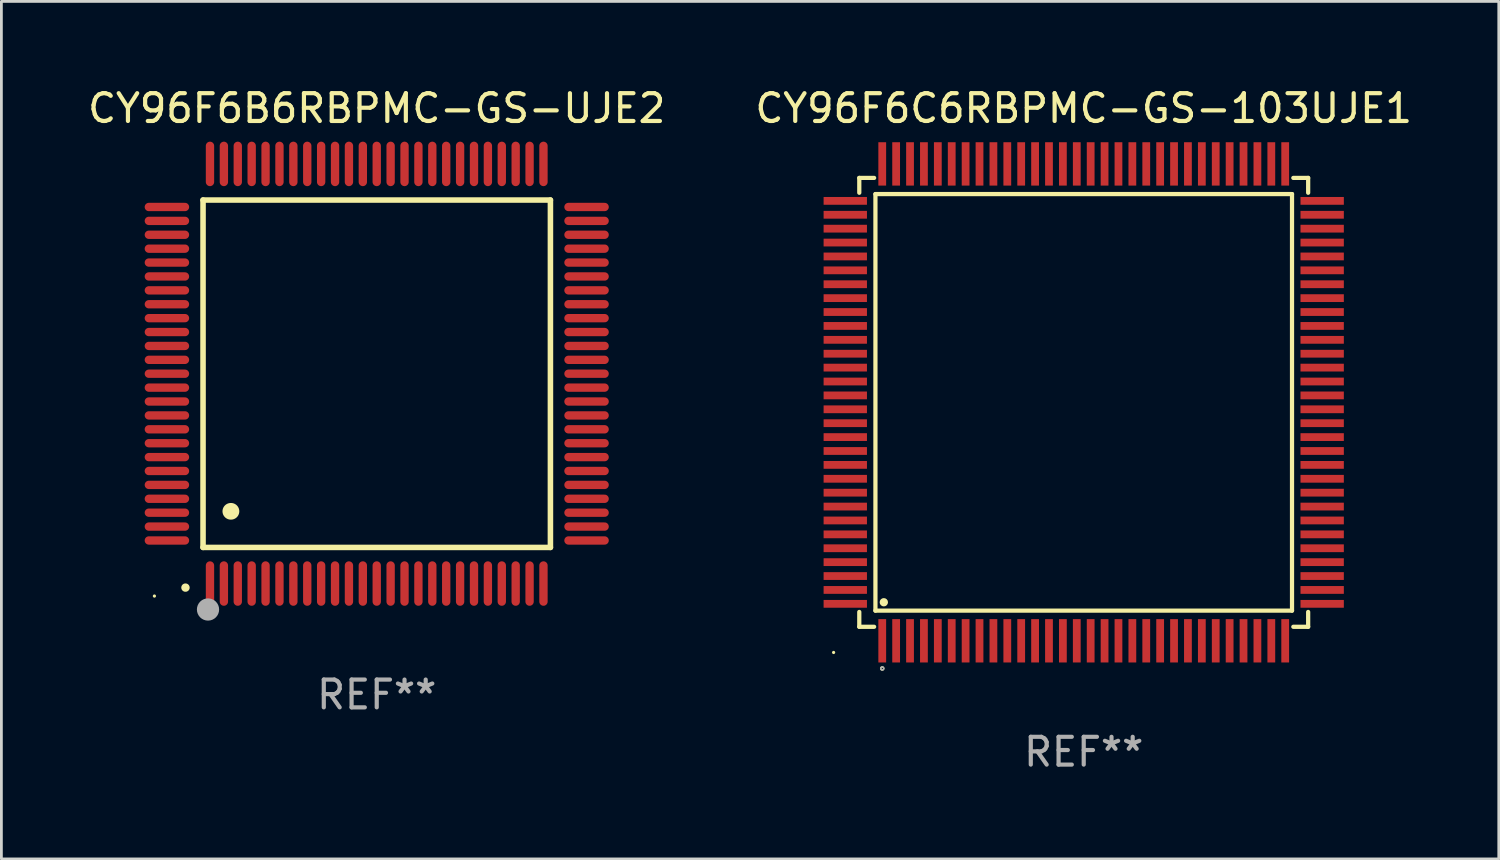
<source format=kicad_pcb>
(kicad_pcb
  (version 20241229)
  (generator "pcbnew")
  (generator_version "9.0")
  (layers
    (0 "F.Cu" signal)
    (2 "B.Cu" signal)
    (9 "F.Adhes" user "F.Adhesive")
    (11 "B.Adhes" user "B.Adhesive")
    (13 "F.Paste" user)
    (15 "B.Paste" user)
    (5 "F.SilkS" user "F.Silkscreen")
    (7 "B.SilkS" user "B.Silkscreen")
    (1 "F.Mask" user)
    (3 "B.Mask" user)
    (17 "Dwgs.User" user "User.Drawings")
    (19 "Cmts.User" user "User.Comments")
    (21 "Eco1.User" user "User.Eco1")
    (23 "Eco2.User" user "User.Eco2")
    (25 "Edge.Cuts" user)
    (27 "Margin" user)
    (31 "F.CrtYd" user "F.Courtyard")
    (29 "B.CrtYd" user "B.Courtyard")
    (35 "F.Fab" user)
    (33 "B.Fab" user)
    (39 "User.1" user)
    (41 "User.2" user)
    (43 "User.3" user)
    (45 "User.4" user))
  (footprint "CY96F6C6RBPMC-GS-103UJE1"
    (layer "F.Cu")
    (at 35.946 11.428)
    (property "Reference" "CY96F6C6RBPMC-GS-103UJE1" (at 0 -10.58 0) (layer "F.SilkS") (effects (font (size 1 1) (thickness 0.15))))
    (attr through_hole)
    (fp_line (start -8.076 -8.076) (end -8.076 -7.542) (stroke (width 0.152) (type solid)) (layer "F.SilkS"))
    (fp_line (start -8.076 8.076) (end -8.076 7.542) (stroke (width 0.152) (type solid)) (layer "F.SilkS"))
    (fp_line (start -7.542 -8.076) (end -8.076 -8.076) (stroke (width 0.152) (type solid)) (layer "F.SilkS"))
    (fp_line (start -7.542 8.076) (end -8.076 8.076) (stroke (width 0.152) (type solid)) (layer "F.SilkS"))
    (fp_line (start -7.495 -7.495) (end 7.495 -7.495) (stroke (width 0.152) (type solid)) (layer "F.SilkS"))
    (fp_line (start -7.495 7.495) (end -7.495 -7.495) (stroke (width 0.152) (type solid)) (layer "F.SilkS"))
    (fp_line (start 7.495 -7.495) (end 7.495 7.495) (stroke (width 0.152) (type solid)) (layer "F.SilkS"))
    (fp_line (start 7.495 7.495) (end -7.495 7.495) (stroke (width 0.152) (type solid)) (layer "F.SilkS"))
    (fp_line (start 7.542 -8.076) (end 8.076 -8.076) (stroke (width 0.152) (type solid)) (layer "F.SilkS"))
    (fp_line (start 7.542 8.076) (end 8.076 8.076) (stroke (width 0.152) (type solid)) (layer "F.SilkS"))
    (fp_line (start 8.076 -8.076) (end 8.076 -7.542) (stroke (width 0.152) (type solid)) (layer "F.SilkS"))
    (fp_line (start 8.076 8.076) (end 8.076 7.542) (stroke (width 0.152) (type solid)) (layer "F.SilkS"))
    (fp_circle (center -9 9) (end -8.97 9) (stroke (width 0.06) (type solid)) (fill no) (layer "F.SilkS"))
    (fp_circle (center -7.25 9.576) (end -7.223 9.576) (stroke (width 0.055) (type solid)) (fill no) (layer "F.SilkS"))
    (fp_circle (center -7.193 7.193) (end -7.118 7.193) (stroke (width 0.15) (type solid)) (fill no) (layer "F.SilkS"))
    (fp_circle (center -7.25 9.576) (end -7.223 9.576) (stroke (width 0.055) (type solid)) (fill no) (layer "F.Fab"))
    (fp_text user "REF**" (at 0 12.58 0) (layer "F.Fab") (effects (font (size 1 1) (thickness 0.15))))
    (pad "1" smd rect (at -7.25 8.58) (size 0.28 1.56) (layers "F.Cu" "F.Mask" "F.Paste"))
    (pad "2" smd rect (at -6.75 8.58) (size 0.28 1.56) (layers "F.Cu" "F.Mask" "F.Paste"))
    (pad "3" smd rect (at -6.25 8.58) (size 0.28 1.56) (layers "F.Cu" "F.Mask" "F.Paste"))
    (pad "4" smd rect (at -5.75 8.58) (size 0.28 1.56) (layers "F.Cu" "F.Mask" "F.Paste"))
    (pad "5" smd rect (at -5.25 8.58) (size 0.28 1.56) (layers "F.Cu" "F.Mask" "F.Paste"))
    (pad "6" smd rect (at -4.75 8.58) (size 0.28 1.56) (layers "F.Cu" "F.Mask" "F.Paste"))
    (pad "7" smd rect (at -4.25 8.58) (size 0.28 1.56) (layers "F.Cu" "F.Mask" "F.Paste"))
    (pad "8" smd rect (at -3.75 8.58) (size 0.28 1.56) (layers "F.Cu" "F.Mask" "F.Paste"))
    (pad "9" smd rect (at -3.25 8.58) (size 0.28 1.56) (layers "F.Cu" "F.Mask" "F.Paste"))
    (pad "10" smd rect (at -2.75 8.58) (size 0.28 1.56) (layers "F.Cu" "F.Mask" "F.Paste"))
    (pad "11" smd rect (at -2.25 8.58) (size 0.28 1.56) (layers "F.Cu" "F.Mask" "F.Paste"))
    (pad "12" smd rect (at -1.75 8.58) (size 0.28 1.56) (layers "F.Cu" "F.Mask" "F.Paste"))
    (pad "13" smd rect (at -1.25 8.58) (size 0.28 1.56) (layers "F.Cu" "F.Mask" "F.Paste"))
    (pad "14" smd rect (at -0.75 8.58) (size 0.28 1.56) (layers "F.Cu" "F.Mask" "F.Paste"))
    (pad "15" smd rect (at -0.25 8.58) (size 0.28 1.56) (layers "F.Cu" "F.Mask" "F.Paste"))
    (pad "16" smd rect (at 0.25 8.58) (size 0.28 1.56) (layers "F.Cu" "F.Mask" "F.Paste"))
    (pad "17" smd rect (at 0.75 8.58) (size 0.28 1.56) (layers "F.Cu" "F.Mask" "F.Paste"))
    (pad "18" smd rect (at 1.25 8.58) (size 0.28 1.56) (layers "F.Cu" "F.Mask" "F.Paste"))
    (pad "19" smd rect (at 1.75 8.58) (size 0.28 1.56) (layers "F.Cu" "F.Mask" "F.Paste"))
    (pad "20" smd rect (at 2.25 8.58) (size 0.28 1.56) (layers "F.Cu" "F.Mask" "F.Paste"))
    (pad "21" smd rect (at 2.75 8.58) (size 0.28 1.56) (layers "F.Cu" "F.Mask" "F.Paste"))
    (pad "22" smd rect (at 3.25 8.58) (size 0.28 1.56) (layers "F.Cu" "F.Mask" "F.Paste"))
    (pad "23" smd rect (at 3.75 8.58) (size 0.28 1.56) (layers "F.Cu" "F.Mask" "F.Paste"))
    (pad "24" smd rect (at 4.25 8.58) (size 0.28 1.56) (layers "F.Cu" "F.Mask" "F.Paste"))
    (pad "25" smd rect (at 4.75 8.58) (size 0.28 1.56) (layers "F.Cu" "F.Mask" "F.Paste"))
    (pad "26" smd rect (at 5.25 8.58) (size 0.28 1.56) (layers "F.Cu" "F.Mask" "F.Paste"))
    (pad "27" smd rect (at 5.75 8.58) (size 0.28 1.56) (layers "F.Cu" "F.Mask" "F.Paste"))
    (pad "28" smd rect (at 6.25 8.58) (size 0.28 1.56) (layers "F.Cu" "F.Mask" "F.Paste"))
    (pad "29" smd rect (at 6.75 8.58) (size 0.28 1.56) (layers "F.Cu" "F.Mask" "F.Paste"))
    (pad "30" smd rect (at 7.25 8.58) (size 0.28 1.56) (layers "F.Cu" "F.Mask" "F.Paste"))
    (pad "31" smd rect (at 8.58 7.25) (size 1.56 0.28) (layers "F.Cu" "F.Mask" "F.Paste"))
    (pad "32" smd rect (at 8.58 6.75) (size 1.56 0.28) (layers "F.Cu" "F.Mask" "F.Paste"))
    (pad "33" smd rect (at 8.58 6.25) (size 1.56 0.28) (layers "F.Cu" "F.Mask" "F.Paste"))
    (pad "34" smd rect (at 8.58 5.75) (size 1.56 0.28) (layers "F.Cu" "F.Mask" "F.Paste"))
    (pad "35" smd rect (at 8.58 5.25) (size 1.56 0.28) (layers "F.Cu" "F.Mask" "F.Paste"))
    (pad "36" smd rect (at 8.58 4.75) (size 1.56 0.28) (layers "F.Cu" "F.Mask" "F.Paste"))
    (pad "37" smd rect (at 8.58 4.25) (size 1.56 0.28) (layers "F.Cu" "F.Mask" "F.Paste"))
    (pad "38" smd rect (at 8.58 3.75) (size 1.56 0.28) (layers "F.Cu" "F.Mask" "F.Paste"))
    (pad "39" smd rect (at 8.58 3.25) (size 1.56 0.28) (layers "F.Cu" "F.Mask" "F.Paste"))
    (pad "40" smd rect (at 8.58 2.75) (size 1.56 0.28) (layers "F.Cu" "F.Mask" "F.Paste"))
    (pad "41" smd rect (at 8.58 2.25) (size 1.56 0.28) (layers "F.Cu" "F.Mask" "F.Paste"))
    (pad "42" smd rect (at 8.58 1.75) (size 1.56 0.28) (layers "F.Cu" "F.Mask" "F.Paste"))
    (pad "43" smd rect (at 8.58 1.25) (size 1.56 0.28) (layers "F.Cu" "F.Mask" "F.Paste"))
    (pad "44" smd rect (at 8.58 0.75) (size 1.56 0.28) (layers "F.Cu" "F.Mask" "F.Paste"))
    (pad "45" smd rect (at 8.58 0.25) (size 1.56 0.28) (layers "F.Cu" "F.Mask" "F.Paste"))
    (pad "46" smd rect (at 8.58 -0.25) (size 1.56 0.28) (layers "F.Cu" "F.Mask" "F.Paste"))
    (pad "47" smd rect (at 8.58 -0.75) (size 1.56 0.28) (layers "F.Cu" "F.Mask" "F.Paste"))
    (pad "48" smd rect (at 8.58 -1.25) (size 1.56 0.28) (layers "F.Cu" "F.Mask" "F.Paste"))
    (pad "49" smd rect (at 8.58 -1.75) (size 1.56 0.28) (layers "F.Cu" "F.Mask" "F.Paste"))
    (pad "50" smd rect (at 8.58 -2.25) (size 1.56 0.28) (layers "F.Cu" "F.Mask" "F.Paste"))
    (pad "51" smd rect (at 8.58 -2.75) (size 1.56 0.28) (layers "F.Cu" "F.Mask" "F.Paste"))
    (pad "52" smd rect (at 8.58 -3.25) (size 1.56 0.28) (layers "F.Cu" "F.Mask" "F.Paste"))
    (pad "53" smd rect (at 8.58 -3.75) (size 1.56 0.28) (layers "F.Cu" "F.Mask" "F.Paste"))
    (pad "54" smd rect (at 8.58 -4.25) (size 1.56 0.28) (layers "F.Cu" "F.Mask" "F.Paste"))
    (pad "55" smd rect (at 8.58 -4.75) (size 1.56 0.28) (layers "F.Cu" "F.Mask" "F.Paste"))
    (pad "56" smd rect (at 8.58 -5.25) (size 1.56 0.28) (layers "F.Cu" "F.Mask" "F.Paste"))
    (pad "57" smd rect (at 8.58 -5.75) (size 1.56 0.28) (layers "F.Cu" "F.Mask" "F.Paste"))
    (pad "58" smd rect (at 8.58 -6.25) (size 1.56 0.28) (layers "F.Cu" "F.Mask" "F.Paste"))
    (pad "59" smd rect (at 8.58 -6.75) (size 1.56 0.28) (layers "F.Cu" "F.Mask" "F.Paste"))
    (pad "60" smd rect (at 8.58 -7.25) (size 1.56 0.28) (layers "F.Cu" "F.Mask" "F.Paste"))
    (pad "61" smd rect (at 7.25 -8.58) (size 0.28 1.56) (layers "F.Cu" "F.Mask" "F.Paste"))
    (pad "62" smd rect (at 6.75 -8.58) (size 0.28 1.56) (layers "F.Cu" "F.Mask" "F.Paste"))
    (pad "63" smd rect (at 6.25 -8.58) (size 0.28 1.56) (layers "F.Cu" "F.Mask" "F.Paste"))
    (pad "64" smd rect (at 5.75 -8.58) (size 0.28 1.56) (layers "F.Cu" "F.Mask" "F.Paste"))
    (pad "65" smd rect (at 5.25 -8.58) (size 0.28 1.56) (layers "F.Cu" "F.Mask" "F.Paste"))
    (pad "66" smd rect (at 4.75 -8.58) (size 0.28 1.56) (layers "F.Cu" "F.Mask" "F.Paste"))
    (pad "67" smd rect (at 4.25 -8.58) (size 0.28 1.56) (layers "F.Cu" "F.Mask" "F.Paste"))
    (pad "68" smd rect (at 3.75 -8.58) (size 0.28 1.56) (layers "F.Cu" "F.Mask" "F.Paste"))
    (pad "69" smd rect (at 3.25 -8.58) (size 0.28 1.56) (layers "F.Cu" "F.Mask" "F.Paste"))
    (pad "70" smd rect (at 2.75 -8.58) (size 0.28 1.56) (layers "F.Cu" "F.Mask" "F.Paste"))
    (pad "71" smd rect (at 2.25 -8.58) (size 0.28 1.56) (layers "F.Cu" "F.Mask" "F.Paste"))
    (pad "72" smd rect (at 1.75 -8.58) (size 0.28 1.56) (layers "F.Cu" "F.Mask" "F.Paste"))
    (pad "73" smd rect (at 1.25 -8.58) (size 0.28 1.56) (layers "F.Cu" "F.Mask" "F.Paste"))
    (pad "74" smd rect (at 0.75 -8.58) (size 0.28 1.56) (layers "F.Cu" "F.Mask" "F.Paste"))
    (pad "75" smd rect (at 0.25 -8.58) (size 0.28 1.56) (layers "F.Cu" "F.Mask" "F.Paste"))
    (pad "76" smd rect (at -0.25 -8.58) (size 0.28 1.56) (layers "F.Cu" "F.Mask" "F.Paste"))
    (pad "77" smd rect (at -0.75 -8.58) (size 0.28 1.56) (layers "F.Cu" "F.Mask" "F.Paste"))
    (pad "78" smd rect (at -1.25 -8.58) (size 0.28 1.56) (layers "F.Cu" "F.Mask" "F.Paste"))
    (pad "79" smd rect (at -1.75 -8.58) (size 0.28 1.56) (layers "F.Cu" "F.Mask" "F.Paste"))
    (pad "80" smd rect (at -2.25 -8.58) (size 0.28 1.56) (layers "F.Cu" "F.Mask" "F.Paste"))
    (pad "81" smd rect (at -2.75 -8.58) (size 0.28 1.56) (layers "F.Cu" "F.Mask" "F.Paste"))
    (pad "82" smd rect (at -3.25 -8.58) (size 0.28 1.56) (layers "F.Cu" "F.Mask" "F.Paste"))
    (pad "83" smd rect (at -3.75 -8.58) (size 0.28 1.56) (layers "F.Cu" "F.Mask" "F.Paste"))
    (pad "84" smd rect (at -4.25 -8.58) (size 0.28 1.56) (layers "F.Cu" "F.Mask" "F.Paste"))
    (pad "85" smd rect (at -4.75 -8.58) (size 0.28 1.56) (layers "F.Cu" "F.Mask" "F.Paste"))
    (pad "86" smd rect (at -5.25 -8.58) (size 0.28 1.56) (layers "F.Cu" "F.Mask" "F.Paste"))
    (pad "87" smd rect (at -5.75 -8.58) (size 0.28 1.56) (layers "F.Cu" "F.Mask" "F.Paste"))
    (pad "88" smd rect (at -6.25 -8.58) (size 0.28 1.56) (layers "F.Cu" "F.Mask" "F.Paste"))
    (pad "89" smd rect (at -6.75 -8.58) (size 0.28 1.56) (layers "F.Cu" "F.Mask" "F.Paste"))
    (pad "90" smd rect (at -7.25 -8.58) (size 0.28 1.56) (layers "F.Cu" "F.Mask" "F.Paste"))
    (pad "91" smd rect (at -8.58 -7.25) (size 1.56 0.28) (layers "F.Cu" "F.Mask" "F.Paste"))
    (pad "92" smd rect (at -8.58 -6.75) (size 1.56 0.28) (layers "F.Cu" "F.Mask" "F.Paste"))
    (pad "93" smd rect (at -8.58 -6.25) (size 1.56 0.28) (layers "F.Cu" "F.Mask" "F.Paste"))
    (pad "94" smd rect (at -8.58 -5.75) (size 1.56 0.28) (layers "F.Cu" "F.Mask" "F.Paste"))
    (pad "95" smd rect (at -8.58 -5.25) (size 1.56 0.28) (layers "F.Cu" "F.Mask" "F.Paste"))
    (pad "96" smd rect (at -8.58 -4.75) (size 1.56 0.28) (layers "F.Cu" "F.Mask" "F.Paste"))
    (pad "97" smd rect (at -8.58 -4.25) (size 1.56 0.28) (layers "F.Cu" "F.Mask" "F.Paste"))
    (pad "98" smd rect (at -8.58 -3.75) (size 1.56 0.28) (layers "F.Cu" "F.Mask" "F.Paste"))
    (pad "99" smd rect (at -8.58 -3.25) (size 1.56 0.28) (layers "F.Cu" "F.Mask" "F.Paste"))
    (pad "100" smd rect (at -8.58 -2.75) (size 1.56 0.28) (layers "F.Cu" "F.Mask" "F.Paste"))
    (pad "101" smd rect (at -8.58 -2.25) (size 1.56 0.28) (layers "F.Cu" "F.Mask" "F.Paste"))
    (pad "102" smd rect (at -8.58 -1.75) (size 1.56 0.28) (layers "F.Cu" "F.Mask" "F.Paste"))
    (pad "103" smd rect (at -8.58 -1.25) (size 1.56 0.28) (layers "F.Cu" "F.Mask" "F.Paste"))
    (pad "104" smd rect (at -8.58 -0.75) (size 1.56 0.28) (layers "F.Cu" "F.Mask" "F.Paste"))
    (pad "105" smd rect (at -8.58 -0.25) (size 1.56 0.28) (layers "F.Cu" "F.Mask" "F.Paste"))
    (pad "106" smd rect (at -8.58 0.25) (size 1.56 0.28) (layers "F.Cu" "F.Mask" "F.Paste"))
    (pad "107" smd rect (at -8.58 0.75) (size 1.56 0.28) (layers "F.Cu" "F.Mask" "F.Paste"))
    (pad "108" smd rect (at -8.58 1.25) (size 1.56 0.28) (layers "F.Cu" "F.Mask" "F.Paste"))
    (pad "109" smd rect (at -8.58 1.75) (size 1.56 0.28) (layers "F.Cu" "F.Mask" "F.Paste"))
    (pad "110" smd rect (at -8.58 2.25) (size 1.56 0.28) (layers "F.Cu" "F.Mask" "F.Paste"))
    (pad "111" smd rect (at -8.58 2.75) (size 1.56 0.28) (layers "F.Cu" "F.Mask" "F.Paste"))
    (pad "112" smd rect (at -8.58 3.25) (size 1.56 0.28) (layers "F.Cu" "F.Mask" "F.Paste"))
    (pad "113" smd rect (at -8.58 3.75) (size 1.56 0.28) (layers "F.Cu" "F.Mask" "F.Paste"))
    (pad "114" smd rect (at -8.58 4.25) (size 1.56 0.28) (layers "F.Cu" "F.Mask" "F.Paste"))
    (pad "115" smd rect (at -8.58 4.75) (size 1.56 0.28) (layers "F.Cu" "F.Mask" "F.Paste"))
    (pad "116" smd rect (at -8.58 5.25) (size 1.56 0.28) (layers "F.Cu" "F.Mask" "F.Paste"))
    (pad "117" smd rect (at -8.58 5.75) (size 1.56 0.28) (layers "F.Cu" "F.Mask" "F.Paste"))
    (pad "118" smd rect (at -8.58 6.25) (size 1.56 0.28) (layers "F.Cu" "F.Mask" "F.Paste"))
    (pad "119" smd rect (at -8.58 6.75) (size 1.56 0.28) (layers "F.Cu" "F.Mask" "F.Paste"))
    (pad "120" smd rect (at -8.58 7.25) (size 1.56 0.28) (layers "F.Cu" "F.Mask" "F.Paste")))
  (footprint "CY96F6B6RBPMC-GS-UJE2"
    (layer "F.Cu")
    (at 10.506 10.398)
    (property "Reference" "CY96F6B6RBPMC-GS-UJE2" (at 0 -9.55 0) (layer "F.SilkS") (effects (font (size 1 1) (thickness 0.15))))
    (attr through_hole)
    (fp_line (start -6.25 -6.25) (end -6.25 6.25) (stroke (width 0.2) (type solid)) (layer "F.SilkS"))
    (fp_line (start -6.25 6.25) (end 6.25 6.25) (stroke (width 0.2) (type solid)) (layer "F.SilkS"))
    (fp_line (start 6.25 -6.25) (end -6.25 -6.25) (stroke (width 0.2) (type solid)) (layer "F.SilkS"))
    (fp_line (start 6.25 6.25) (end 6.25 -6.25) (stroke (width 0.2) (type solid)) (layer "F.SilkS"))
    (fp_arc (start -6.883414 7.696215) (mid -6.882144 7.69621) (end -6.880874 7.696215) (stroke (width 0.3) (type solid)) (layer "F.SilkS"))
    (fp_arc (start -5.250191 4.95047) (mid -5.247651 4.950459) (end -5.245111 4.95047) (stroke (width 0.6) (type solid)) (layer "F.SilkS"))
    (fp_circle (center -8 8) (end -7.97 8) (stroke (width 0.06) (type solid)) (fill no) (layer "F.SilkS"))
    (fp_circle (center -6.071 8.484) (end -5.871 8.484) (stroke (width 0.4) (type solid)) (fill no) (layer "F.Fab"))
    (fp_text user "REF**" (at 0 11.55 0) (layer "F.Fab") (effects (font (size 1 1) (thickness 0.15))))
    (pad "1" smd oval (at -6 7.55) (size 0.3 1.6) (layers "F.Cu" "F.Mask" "F.Paste"))
    (pad "2" smd oval (at -5.5 7.55) (size 0.3 1.6) (layers "F.Cu" "F.Mask" "F.Paste"))
    (pad "3" smd oval (at -5 7.55) (size 0.3 1.6) (layers "F.Cu" "F.Mask" "F.Paste"))
    (pad "4" smd oval (at -4.5 7.55) (size 0.3 1.6) (layers "F.Cu" "F.Mask" "F.Paste"))
    (pad "5" smd oval (at -4 7.55) (size 0.3 1.6) (layers "F.Cu" "F.Mask" "F.Paste"))
    (pad "6" smd oval (at -3.5 7.55) (size 0.3 1.6) (layers "F.Cu" "F.Mask" "F.Paste"))
    (pad "7" smd oval (at -3 7.55) (size 0.3 1.6) (layers "F.Cu" "F.Mask" "F.Paste"))
    (pad "8" smd oval (at -2.5 7.55) (size 0.3 1.6) (layers "F.Cu" "F.Mask" "F.Paste"))
    (pad "9" smd oval (at -2 7.55) (size 0.3 1.6) (layers "F.Cu" "F.Mask" "F.Paste"))
    (pad "10" smd oval (at -1.5 7.55) (size 0.3 1.6) (layers "F.Cu" "F.Mask" "F.Paste"))
    (pad "11" smd oval (at -1 7.55) (size 0.3 1.6) (layers "F.Cu" "F.Mask" "F.Paste"))
    (pad "12" smd oval (at -0.5 7.55) (size 0.3 1.6) (layers "F.Cu" "F.Mask" "F.Paste"))
    (pad "13" smd oval (at 0 7.55) (size 0.3 1.6) (layers "F.Cu" "F.Mask" "F.Paste"))
    (pad "14" smd oval (at 0.5 7.55) (size 0.3 1.6) (layers "F.Cu" "F.Mask" "F.Paste"))
    (pad "15" smd oval (at 1 7.55) (size 0.3 1.6) (layers "F.Cu" "F.Mask" "F.Paste"))
    (pad "16" smd oval (at 1.5 7.55) (size 0.3 1.6) (layers "F.Cu" "F.Mask" "F.Paste"))
    (pad "17" smd oval (at 2 7.55) (size 0.3 1.6) (layers "F.Cu" "F.Mask" "F.Paste"))
    (pad "18" smd oval (at 2.5 7.55) (size 0.3 1.6) (layers "F.Cu" "F.Mask" "F.Paste"))
    (pad "19" smd oval (at 3 7.55) (size 0.3 1.6) (layers "F.Cu" "F.Mask" "F.Paste"))
    (pad "20" smd oval (at 3.5 7.55) (size 0.3 1.6) (layers "F.Cu" "F.Mask" "F.Paste"))
    (pad "21" smd oval (at 4 7.55) (size 0.3 1.6) (layers "F.Cu" "F.Mask" "F.Paste"))
    (pad "22" smd oval (at 4.5 7.55) (size 0.3 1.6) (layers "F.Cu" "F.Mask" "F.Paste"))
    (pad "23" smd oval (at 5 7.55) (size 0.3 1.6) (layers "F.Cu" "F.Mask" "F.Paste"))
    (pad "24" smd oval (at 5.5 7.55) (size 0.3 1.6) (layers "F.Cu" "F.Mask" "F.Paste"))
    (pad "25" smd oval (at 6 7.55) (size 0.3 1.6) (layers "F.Cu" "F.Mask" "F.Paste"))
    (pad "26" smd oval (at 7.55 6) (size 1.6 0.3) (layers "F.Cu" "F.Mask" "F.Paste"))
    (pad "27" smd oval (at 7.55 5.5) (size 1.6 0.3) (layers "F.Cu" "F.Mask" "F.Paste"))
    (pad "28" smd oval (at 7.55 5) (size 1.6 0.3) (layers "F.Cu" "F.Mask" "F.Paste"))
    (pad "29" smd oval (at 7.55 4.5) (size 1.6 0.3) (layers "F.Cu" "F.Mask" "F.Paste"))
    (pad "30" smd oval (at 7.55 4) (size 1.6 0.3) (layers "F.Cu" "F.Mask" "F.Paste"))
    (pad "31" smd oval (at 7.55 3.5) (size 1.6 0.3) (layers "F.Cu" "F.Mask" "F.Paste"))
    (pad "32" smd oval (at 7.55 3) (size 1.6 0.3) (layers "F.Cu" "F.Mask" "F.Paste"))
    (pad "33" smd oval (at 7.55 2.5) (size 1.6 0.3) (layers "F.Cu" "F.Mask" "F.Paste"))
    (pad "34" smd oval (at 7.55 2) (size 1.6 0.3) (layers "F.Cu" "F.Mask" "F.Paste"))
    (pad "35" smd oval (at 7.55 1.5) (size 1.6 0.3) (layers "F.Cu" "F.Mask" "F.Paste"))
    (pad "36" smd oval (at 7.55 1) (size 1.6 0.3) (layers "F.Cu" "F.Mask" "F.Paste"))
    (pad "37" smd oval (at 7.55 0.5) (size 1.6 0.3) (layers "F.Cu" "F.Mask" "F.Paste"))
    (pad "38" smd oval (at 7.55 0) (size 1.6 0.3) (layers "F.Cu" "F.Mask" "F.Paste"))
    (pad "39" smd oval (at 7.55 -0.5) (size 1.6 0.3) (layers "F.Cu" "F.Mask" "F.Paste"))
    (pad "40" smd oval (at 7.55 -1) (size 1.6 0.3) (layers "F.Cu" "F.Mask" "F.Paste"))
    (pad "41" smd oval (at 7.55 -1.5) (size 1.6 0.3) (layers "F.Cu" "F.Mask" "F.Paste"))
    (pad "42" smd oval (at 7.55 -2) (size 1.6 0.3) (layers "F.Cu" "F.Mask" "F.Paste"))
    (pad "43" smd oval (at 7.55 -2.5) (size 1.6 0.3) (layers "F.Cu" "F.Mask" "F.Paste"))
    (pad "44" smd oval (at 7.55 -3) (size 1.6 0.3) (layers "F.Cu" "F.Mask" "F.Paste"))
    (pad "45" smd oval (at 7.55 -3.5) (size 1.6 0.3) (layers "F.Cu" "F.Mask" "F.Paste"))
    (pad "46" smd oval (at 7.55 -4) (size 1.6 0.3) (layers "F.Cu" "F.Mask" "F.Paste"))
    (pad "47" smd oval (at 7.55 -4.5) (size 1.6 0.3) (layers "F.Cu" "F.Mask" "F.Paste"))
    (pad "48" smd oval (at 7.55 -5) (size 1.6 0.3) (layers "F.Cu" "F.Mask" "F.Paste"))
    (pad "49" smd oval (at 7.55 -5.5) (size 1.6 0.3) (layers "F.Cu" "F.Mask" "F.Paste"))
    (pad "50" smd oval (at 7.55 -6) (size 1.6 0.3) (layers "F.Cu" "F.Mask" "F.Paste"))
    (pad "51" smd oval (at 6 -7.55) (size 0.3 1.6) (layers "F.Cu" "F.Mask" "F.Paste"))
    (pad "52" smd oval (at 5.5 -7.55) (size 0.3 1.6) (layers "F.Cu" "F.Mask" "F.Paste"))
    (pad "53" smd oval (at 5 -7.55) (size 0.3 1.6) (layers "F.Cu" "F.Mask" "F.Paste"))
    (pad "54" smd oval (at 4.5 -7.55) (size 0.3 1.6) (layers "F.Cu" "F.Mask" "F.Paste"))
    (pad "55" smd oval (at 4 -7.55) (size 0.3 1.6) (layers "F.Cu" "F.Mask" "F.Paste"))
    (pad "56" smd oval (at 3.5 -7.55) (size 0.3 1.6) (layers "F.Cu" "F.Mask" "F.Paste"))
    (pad "57" smd oval (at 3 -7.55) (size 0.3 1.6) (layers "F.Cu" "F.Mask" "F.Paste"))
    (pad "58" smd oval (at 2.5 -7.55) (size 0.3 1.6) (layers "F.Cu" "F.Mask" "F.Paste"))
    (pad "59" smd oval (at 2 -7.55) (size 0.3 1.6) (layers "F.Cu" "F.Mask" "F.Paste"))
    (pad "60" smd oval (at 1.5 -7.55) (size 0.3 1.6) (layers "F.Cu" "F.Mask" "F.Paste"))
    (pad "61" smd oval (at 1 -7.55) (size 0.3 1.6) (layers "F.Cu" "F.Mask" "F.Paste"))
    (pad "62" smd oval (at 0.5 -7.55) (size 0.3 1.6) (layers "F.Cu" "F.Mask" "F.Paste"))
    (pad "63" smd oval (at 0 -7.55) (size 0.3 1.6) (layers "F.Cu" "F.Mask" "F.Paste"))
    (pad "64" smd oval (at -0.5 -7.55) (size 0.3 1.6) (layers "F.Cu" "F.Mask" "F.Paste"))
    (pad "65" smd oval (at -1 -7.55) (size 0.3 1.6) (layers "F.Cu" "F.Mask" "F.Paste"))
    (pad "66" smd oval (at -1.5 -7.55) (size 0.3 1.6) (layers "F.Cu" "F.Mask" "F.Paste"))
    (pad "67" smd oval (at -2 -7.55) (size 0.3 1.6) (layers "F.Cu" "F.Mask" "F.Paste"))
    (pad "68" smd oval (at -2.5 -7.55) (size 0.3 1.6) (layers "F.Cu" "F.Mask" "F.Paste"))
    (pad "69" smd oval (at -3 -7.55) (size 0.3 1.6) (layers "F.Cu" "F.Mask" "F.Paste"))
    (pad "70" smd oval (at -3.5 -7.55) (size 0.3 1.6) (layers "F.Cu" "F.Mask" "F.Paste"))
    (pad "71" smd oval (at -4 -7.55) (size 0.3 1.6) (layers "F.Cu" "F.Mask" "F.Paste"))
    (pad "72" smd oval (at -4.5 -7.55) (size 0.3 1.6) (layers "F.Cu" "F.Mask" "F.Paste"))
    (pad "73" smd oval (at -5 -7.55) (size 0.3 1.6) (layers "F.Cu" "F.Mask" "F.Paste"))
    (pad "74" smd oval (at -5.5 -7.55) (size 0.3 1.6) (layers "F.Cu" "F.Mask" "F.Paste"))
    (pad "75" smd oval (at -6 -7.55) (size 0.3 1.6) (layers "F.Cu" "F.Mask" "F.Paste"))
    (pad "76" smd oval (at -7.55 -6) (size 1.6 0.3) (layers "F.Cu" "F.Mask" "F.Paste"))
    (pad "77" smd oval (at -7.55 -5.5) (size 1.6 0.3) (layers "F.Cu" "F.Mask" "F.Paste"))
    (pad "78" smd oval (at -7.55 -5) (size 1.6 0.3) (layers "F.Cu" "F.Mask" "F.Paste"))
    (pad "79" smd oval (at -7.55 -4.5) (size 1.6 0.3) (layers "F.Cu" "F.Mask" "F.Paste"))
    (pad "80" smd oval (at -7.55 -4) (size 1.6 0.3) (layers "F.Cu" "F.Mask" "F.Paste"))
    (pad "81" smd oval (at -7.55 -3.5) (size 1.6 0.3) (layers "F.Cu" "F.Mask" "F.Paste"))
    (pad "82" smd oval (at -7.55 -3) (size 1.6 0.3) (layers "F.Cu" "F.Mask" "F.Paste"))
    (pad "83" smd oval (at -7.55 -2.5) (size 1.6 0.3) (layers "F.Cu" "F.Mask" "F.Paste"))
    (pad "84" smd oval (at -7.55 -2) (size 1.6 0.3) (layers "F.Cu" "F.Mask" "F.Paste"))
    (pad "85" smd oval (at -7.55 -1.5) (size 1.6 0.3) (layers "F.Cu" "F.Mask" "F.Paste"))
    (pad "86" smd oval (at -7.55 -1) (size 1.6 0.3) (layers "F.Cu" "F.Mask" "F.Paste"))
    (pad "87" smd oval (at -7.55 -0.5) (size 1.6 0.3) (layers "F.Cu" "F.Mask" "F.Paste"))
    (pad "88" smd oval (at -7.55 0) (size 1.6 0.3) (layers "F.Cu" "F.Mask" "F.Paste"))
    (pad "89" smd oval (at -7.55 0.5) (size 1.6 0.3) (layers "F.Cu" "F.Mask" "F.Paste"))
    (pad "90" smd oval (at -7.55 1) (size 1.6 0.3) (layers "F.Cu" "F.Mask" "F.Paste"))
    (pad "91" smd oval (at -7.55 1.5) (size 1.6 0.3) (layers "F.Cu" "F.Mask" "F.Paste"))
    (pad "92" smd oval (at -7.55 2) (size 1.6 0.3) (layers "F.Cu" "F.Mask" "F.Paste"))
    (pad "93" smd oval (at -7.55 2.5) (size 1.6 0.3) (layers "F.Cu" "F.Mask" "F.Paste"))
    (pad "94" smd oval (at -7.55 3) (size 1.6 0.3) (layers "F.Cu" "F.Mask" "F.Paste"))
    (pad "95" smd oval (at -7.55 3.5) (size 1.6 0.3) (layers "F.Cu" "F.Mask" "F.Paste"))
    (pad "96" smd oval (at -7.55 4) (size 1.6 0.3) (layers "F.Cu" "F.Mask" "F.Paste"))
    (pad "97" smd oval (at -7.55 4.5) (size 1.6 0.3) (layers "F.Cu" "F.Mask" "F.Paste"))
    (pad "98" smd oval (at -7.55 5) (size 1.6 0.3) (layers "F.Cu" "F.Mask" "F.Paste"))
    (pad "99" smd oval (at -7.55 5.5) (size 1.6 0.3) (layers "F.Cu" "F.Mask" "F.Paste"))
    (pad "100" smd oval (at -7.55 6) (size 1.6 0.3) (layers "F.Cu" "F.Mask" "F.Paste")))
  (gr_rect
    (start -3 -3)
    (end 50.881 27.856)
    (stroke (width 0.1) (type default))
    (fill no)
    (layer "Edge.Cuts")))
</source>
